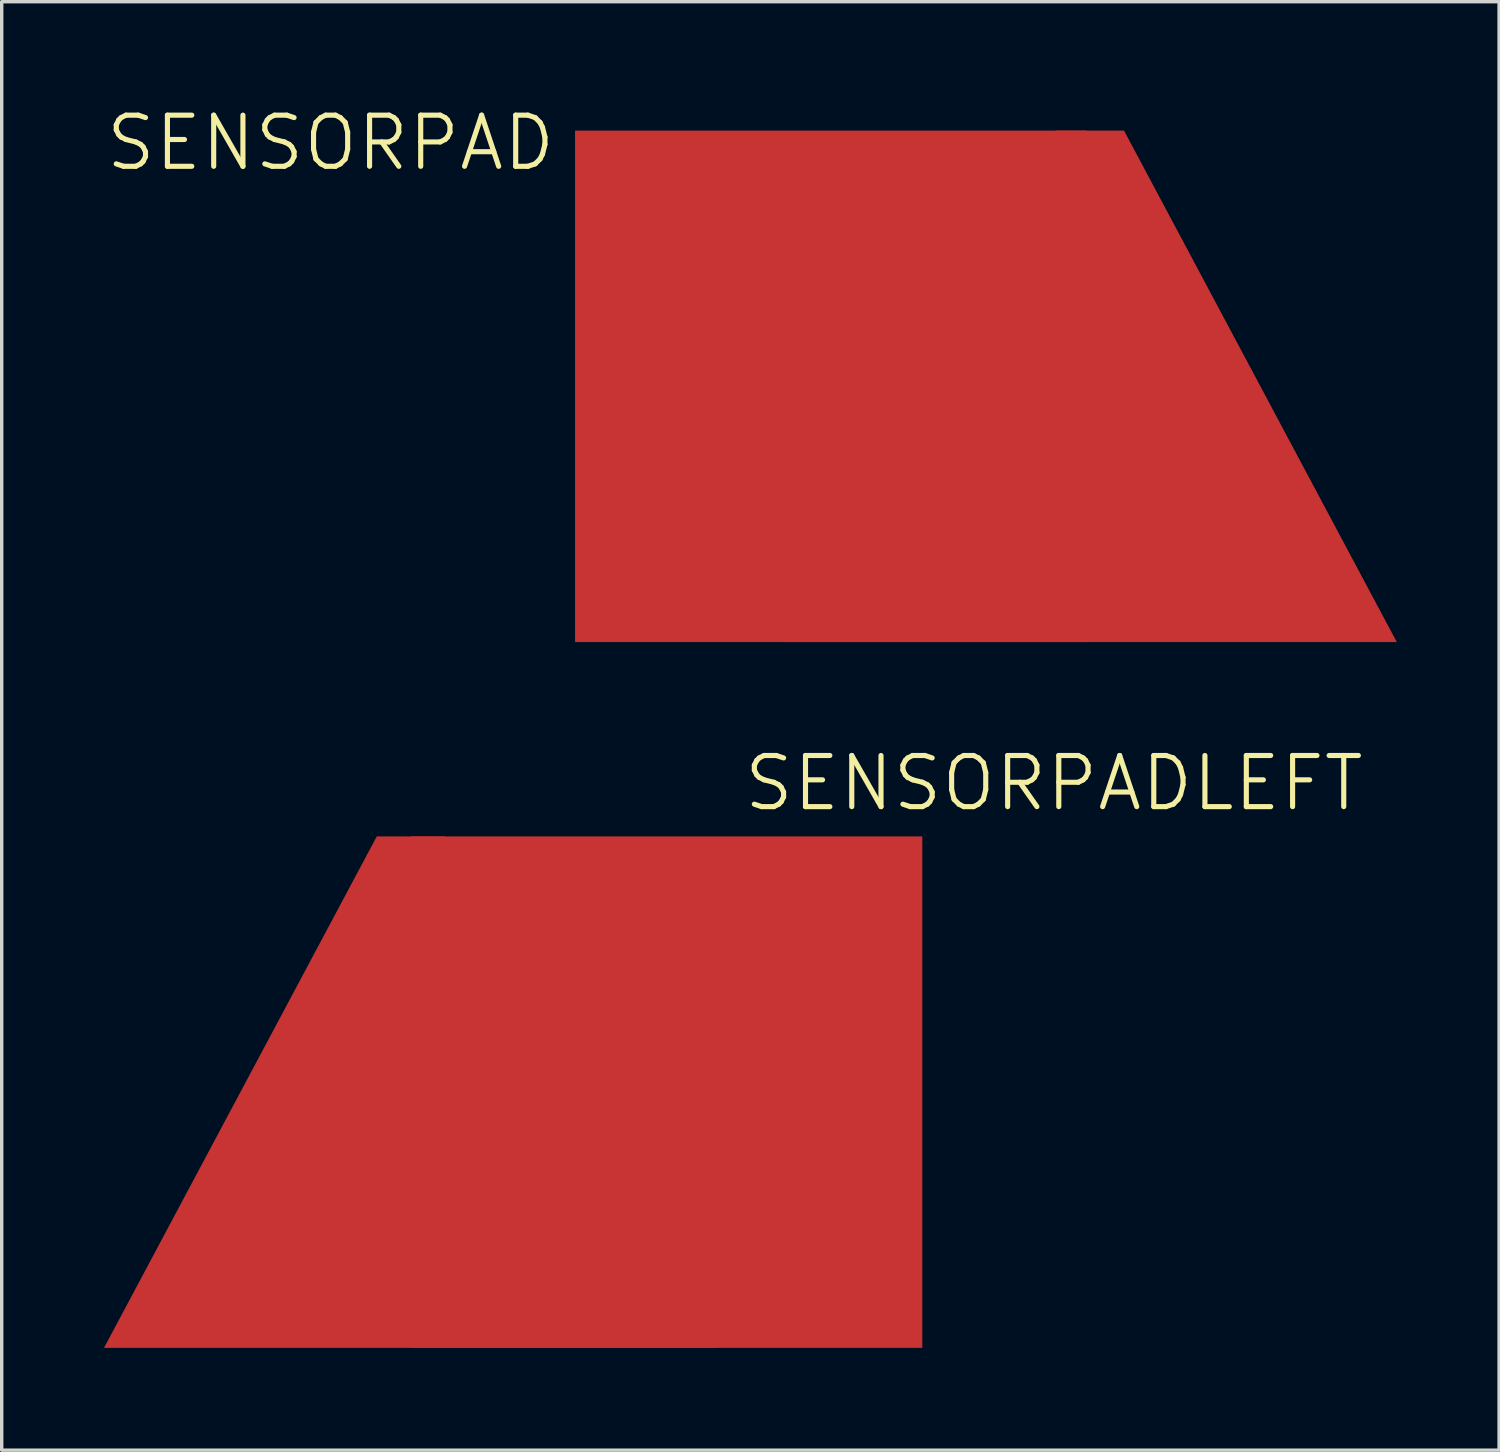
<source format=kicad_pcb>
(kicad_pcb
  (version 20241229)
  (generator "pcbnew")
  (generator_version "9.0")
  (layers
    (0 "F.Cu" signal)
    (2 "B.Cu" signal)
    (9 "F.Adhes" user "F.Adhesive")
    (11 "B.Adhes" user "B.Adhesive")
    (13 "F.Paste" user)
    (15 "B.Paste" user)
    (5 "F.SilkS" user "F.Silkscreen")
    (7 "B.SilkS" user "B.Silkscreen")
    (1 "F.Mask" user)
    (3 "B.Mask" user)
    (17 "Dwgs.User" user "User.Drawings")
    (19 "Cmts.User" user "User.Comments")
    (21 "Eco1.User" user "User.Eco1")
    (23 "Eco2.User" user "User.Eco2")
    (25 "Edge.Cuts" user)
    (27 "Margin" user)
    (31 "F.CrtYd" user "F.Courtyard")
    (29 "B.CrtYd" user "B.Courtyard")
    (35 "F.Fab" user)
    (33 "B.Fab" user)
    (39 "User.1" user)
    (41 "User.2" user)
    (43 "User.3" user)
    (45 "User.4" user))
  (footprint "SENSORPAD"
    (layer "F.Cu")
    (at 28.916 8.281)
    (property "Reference" "SENSORPAD" (at -22.27 -7.14 0) (layer "F.SilkS") (effects (font (size 1.5 1.5) (thickness 0.15))))
    (attr through_hole)
    (pad "1" smd rect (at -7.6 0) (size 15 15) (layers "F.Cu" "F.Mask" "F.Paste"))
    (pad "1" smd trapezoid (at 0 0) (size 10 15) (rect_delta 0 8) (layers "F.Cu" "F.Mask" "F.Paste")))
  (footprint "SENSORPADLEFT"
    (layer "F.Cu")
    (at 19.8 29.581)
    (property "Reference" "SENSORPADLEFT" (at 8.06 -9.66 0) (layer "F.SilkS") (effects (font (size 1.5 1.5) (thickness 0.15))))
    (attr through_hole)
    (pad "1" smd trapezoid (at -10.8 -0.6) (size 10 15) (rect_delta 0 8) (layers "F.Cu" "F.Mask" "F.Paste"))
    (pad "1" smd rect (at -3.3 -0.6) (size 15 15) (layers "F.Cu" "F.Mask" "F.Paste")))
  (gr_rect
    (start -3 -3)
    (end 40.916 39.481)
    (stroke (width 0.1) (type default))
    (fill no)
    (layer "Edge.Cuts")))
</source>
